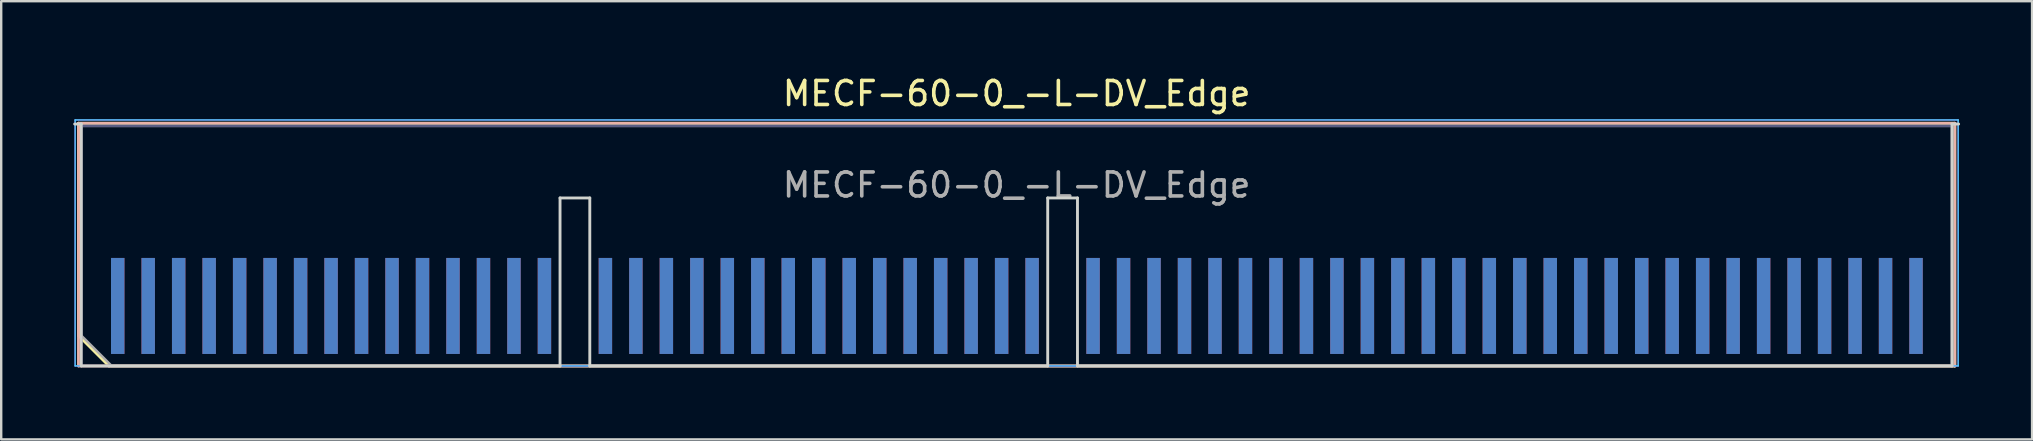
<source format=kicad_pcb>
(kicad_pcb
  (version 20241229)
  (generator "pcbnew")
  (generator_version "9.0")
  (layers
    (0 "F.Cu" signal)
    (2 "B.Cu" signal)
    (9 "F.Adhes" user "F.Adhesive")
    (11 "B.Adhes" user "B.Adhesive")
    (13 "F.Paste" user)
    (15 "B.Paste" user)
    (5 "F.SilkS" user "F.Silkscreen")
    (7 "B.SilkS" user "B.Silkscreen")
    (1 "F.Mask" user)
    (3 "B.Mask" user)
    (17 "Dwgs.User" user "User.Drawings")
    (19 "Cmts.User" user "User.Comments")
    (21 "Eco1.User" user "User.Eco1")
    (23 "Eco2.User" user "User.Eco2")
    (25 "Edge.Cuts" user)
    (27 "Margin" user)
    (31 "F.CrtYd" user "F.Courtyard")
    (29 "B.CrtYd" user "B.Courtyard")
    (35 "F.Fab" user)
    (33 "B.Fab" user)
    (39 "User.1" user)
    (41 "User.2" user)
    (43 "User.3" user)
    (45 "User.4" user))
  (footprint "MECF-60-0_-L-DV_Edge"
    (layer "F.Cu")
    (at 39.31 7.198)
    (property "Reference" "MECF-60-0_-L-DV_Edge" (at 0 -6.35 0) (layer "F.SilkS") (effects (font (size 1 1) (thickness 0.15))))
    (attr exclude_from_pos_files exclude_from_bom)
    (fp_line (start -39.09 -5.11) (end 39.09 -5.11) (stroke (width 0.12) (type solid)) (layer "F.SilkS"))
    (fp_line (start -39.09 3.73) (end -39.09 -5.11) (stroke (width 0.12) (type solid)) (layer "F.SilkS"))
    (fp_line (start -37.82 5) (end -39.09 3.73) (stroke (width 0.12) (type solid)) (layer "F.SilkS"))
    (fp_line (start -37.82 5) (end 39.09 5) (stroke (width 0.12) (type solid)) (layer "F.SilkS"))
    (fp_line (start 39.09 5) (end 39.09 -5.11) (stroke (width 0.12) (type solid)) (layer "F.SilkS"))
    (fp_line (start -39.09 -5.11) (end 39.09 -5.11) (stroke (width 0.12) (type solid)) (layer "B.SilkS"))
    (fp_line (start -39.09 5) (end -39.09 -5.11) (stroke (width 0.12) (type solid)) (layer "B.SilkS"))
    (fp_line (start -39.09 5) (end 39.09 5) (stroke (width 0.12) (type solid)) (layer "B.SilkS"))
    (fp_line (start 39.09 5) (end 39.09 -5.11) (stroke (width 0.12) (type solid)) (layer "B.SilkS"))
    (fp_line (start -39.25 -5.08) (end -38.975 -5.08) (stroke (width 0.12) (type solid)) (layer "Edge.Cuts"))
    (fp_line (start -38.975 5) (end -38.975 -5.08) (stroke (width 0.12) (type solid)) (layer "Edge.Cuts"))
    (fp_line (start -38.975 5) (end -19.025 5) (stroke (width 0.12) (type solid)) (layer "Edge.Cuts"))
    (fp_line (start -19.025 -2) (end -17.785 -2) (stroke (width 0.12) (type solid)) (layer "Edge.Cuts"))
    (fp_line (start -19.025 5) (end -19.025 -2) (stroke (width 0.12) (type solid)) (layer "Edge.Cuts"))
    (fp_line (start -17.785 5) (end -17.785 -2) (stroke (width 0.12) (type solid)) (layer "Edge.Cuts"))
    (fp_line (start -17.785 5) (end 1.295 5) (stroke (width 0.12) (type solid)) (layer "Edge.Cuts"))
    (fp_line (start 1.295 -2) (end 2.535 -2) (stroke (width 0.12) (type solid)) (layer "Edge.Cuts"))
    (fp_line (start 1.295 5) (end 1.295 -2) (stroke (width 0.12) (type solid)) (layer "Edge.Cuts"))
    (fp_line (start 2.535 5) (end 2.535 -2) (stroke (width 0.12) (type solid)) (layer "Edge.Cuts"))
    (fp_line (start 2.535 5) (end 38.975 5) (stroke (width 0.12) (type solid)) (layer "Edge.Cuts"))
    (fp_line (start 38.975 5) (end 38.975 -5.08) (stroke (width 0.12) (type solid)) (layer "Edge.Cuts"))
    (fp_line (start 39.25 -5.08) (end 38.975 -5.08) (stroke (width 0.12) (type solid)) (layer "Edge.Cuts"))
    (fp_line (start -39.23 -5.25) (end -39.23 5) (stroke (width 0.05) (type solid)) (layer "B.CrtYd"))
    (fp_line (start -39.23 5) (end 39.23 5) (stroke (width 0.05) (type solid)) (layer "B.CrtYd"))
    (fp_line (start 39.23 -5.25) (end -39.23 -5.25) (stroke (width 0.05) (type solid)) (layer "B.CrtYd"))
    (fp_line (start 39.23 5) (end 39.23 -5.25) (stroke (width 0.05) (type solid)) (layer "B.CrtYd"))
    (fp_line (start -39.23 -5.25) (end -39.23 5) (stroke (width 0.05) (type solid)) (layer "F.CrtYd"))
    (fp_line (start -39.23 5) (end 39.23 5) (stroke (width 0.05) (type solid)) (layer "F.CrtYd"))
    (fp_line (start 39.23 -5.25) (end -39.23 -5.25) (stroke (width 0.05) (type solid)) (layer "F.CrtYd"))
    (fp_line (start 39.23 5) (end 39.23 -5.25) (stroke (width 0.05) (type solid)) (layer "F.CrtYd"))
    (fp_line (start -38.975 -5) (end 38.975 -5) (stroke (width 0.1) (type solid)) (layer "B.Fab"))
    (fp_line (start -38.975 5) (end -38.975 -5) (stroke (width 0.1) (type solid)) (layer "B.Fab"))
    (fp_line (start -38.975 5) (end 38.975 5) (stroke (width 0.1) (type solid)) (layer "B.Fab"))
    (fp_line (start 38.975 5) (end 38.975 -5) (stroke (width 0.1) (type solid)) (layer "B.Fab"))
    (fp_line (start -38.975 -5) (end 38.975 -5) (stroke (width 0.1) (type solid)) (layer "F.Fab"))
    (fp_line (start -38.975 3.73) (end -38.975 -5) (stroke (width 0.1) (type solid)) (layer "F.Fab"))
    (fp_line (start -38.975 3.73) (end -37.705 5) (stroke (width 0.1) (type solid)) (layer "F.Fab"))
    (fp_line (start -37.705 5) (end 38.975 5) (stroke (width 0.1) (type solid)) (layer "F.Fab"))
    (fp_line (start 38.975 5) (end 38.975 -5) (stroke (width 0.1) (type solid)) (layer "F.Fab"))
    (fp_text user "${REFERENCE}" (at 0 -2.54 0) (layer "F.Fab") (effects (font (size 1 1) (thickness 0.15))))
    (pad "1" smd rect (at -37.455 2.5) (size 0.56 4) (layers "F.Cu" "F.Mask" "F.Paste"))
    (pad "2" smd rect (at -37.455 2.5) (size 0.56 4) (layers "B.Cu" "B.Mask" "B.Paste"))
    (pad "3" smd rect (at -36.185 2.5) (size 0.56 4) (layers "F.Cu" "F.Mask" "F.Paste"))
    (pad "4" smd rect (at -36.185 2.5) (size 0.56 4) (layers "B.Cu" "B.Mask" "B.Paste"))
    (pad "5" smd rect (at -34.915 2.5) (size 0.56 4) (layers "F.Cu" "F.Mask" "F.Paste"))
    (pad "6" smd rect (at -34.915 2.5) (size 0.56 4) (layers "B.Cu" "B.Mask" "B.Paste"))
    (pad "7" smd rect (at -33.645 2.5) (size 0.56 4) (layers "F.Cu" "F.Mask" "F.Paste"))
    (pad "8" smd rect (at -33.645 2.5) (size 0.56 4) (layers "B.Cu" "B.Mask" "B.Paste"))
    (pad "9" smd rect (at -32.375 2.5) (size 0.56 4) (layers "F.Cu" "F.Mask" "F.Paste"))
    (pad "10" smd rect (at -32.375 2.5) (size 0.56 4) (layers "B.Cu" "B.Mask" "B.Paste"))
    (pad "11" smd rect (at -31.105 2.5) (size 0.56 4) (layers "F.Cu" "F.Mask" "F.Paste"))
    (pad "12" smd rect (at -31.105 2.5) (size 0.56 4) (layers "B.Cu" "B.Mask" "B.Paste"))
    (pad "13" smd rect (at -29.835 2.5) (size 0.56 4) (layers "F.Cu" "F.Mask" "F.Paste"))
    (pad "14" smd rect (at -29.835 2.5) (size 0.56 4) (layers "B.Cu" "B.Mask" "B.Paste"))
    (pad "15" smd rect (at -28.565 2.5) (size 0.56 4) (layers "F.Cu" "F.Mask" "F.Paste"))
    (pad "16" smd rect (at -28.565 2.5) (size 0.56 4) (layers "B.Cu" "B.Mask" "B.Paste"))
    (pad "17" smd rect (at -27.295 2.5) (size 0.56 4) (layers "F.Cu" "F.Mask" "F.Paste"))
    (pad "18" smd rect (at -27.295 2.5) (size 0.56 4) (layers "B.Cu" "B.Mask" "B.Paste"))
    (pad "19" smd rect (at -26.025 2.5) (size 0.56 4) (layers "F.Cu" "F.Mask" "F.Paste"))
    (pad "20" smd rect (at -26.025 2.5) (size 0.56 4) (layers "B.Cu" "B.Mask" "B.Paste"))
    (pad "21" smd rect (at -24.755 2.5) (size 0.56 4) (layers "F.Cu" "F.Mask" "F.Paste"))
    (pad "22" smd rect (at -24.755 2.5) (size 0.56 4) (layers "B.Cu" "B.Mask" "B.Paste"))
    (pad "23" smd rect (at -23.485 2.5) (size 0.56 4) (layers "F.Cu" "F.Mask" "F.Paste"))
    (pad "24" smd rect (at -23.485 2.5) (size 0.56 4) (layers "B.Cu" "B.Mask" "B.Paste"))
    (pad "25" smd rect (at -22.215 2.5) (size 0.56 4) (layers "F.Cu" "F.Mask" "F.Paste"))
    (pad "26" smd rect (at -22.215 2.5) (size 0.56 4) (layers "B.Cu" "B.Mask" "B.Paste"))
    (pad "27" smd rect (at -20.945 2.5) (size 0.56 4) (layers "F.Cu" "F.Mask" "F.Paste"))
    (pad "28" smd rect (at -20.945 2.5) (size 0.56 4) (layers "B.Cu" "B.Mask" "B.Paste"))
    (pad "29" smd rect (at -19.675 2.5) (size 0.56 4) (layers "F.Cu" "F.Mask" "F.Paste"))
    (pad "30" smd rect (at -19.675 2.5) (size 0.56 4) (layers "B.Cu" "B.Mask" "B.Paste"))
    (pad "33" smd rect (at -17.135 2.5) (size 0.56 4) (layers "F.Cu" "F.Mask" "F.Paste"))
    (pad "34" smd rect (at -17.135 2.5) (size 0.56 4) (layers "B.Cu" "B.Mask" "B.Paste"))
    (pad "35" smd rect (at -15.865 2.5) (size 0.56 4) (layers "F.Cu" "F.Mask" "F.Paste"))
    (pad "36" smd rect (at -15.865 2.5) (size 0.56 4) (layers "B.Cu" "B.Mask" "B.Paste"))
    (pad "37" smd rect (at -14.595 2.5) (size 0.56 4) (layers "F.Cu" "F.Mask" "F.Paste"))
    (pad "38" smd rect (at -14.595 2.5) (size 0.56 4) (layers "B.Cu" "B.Mask" "B.Paste"))
    (pad "39" smd rect (at -13.325 2.5) (size 0.56 4) (layers "F.Cu" "F.Mask" "F.Paste"))
    (pad "40" smd rect (at -13.325 2.5) (size 0.56 4) (layers "B.Cu" "B.Mask" "B.Paste"))
    (pad "41" smd rect (at -12.055 2.5) (size 0.56 4) (layers "F.Cu" "F.Mask" "F.Paste"))
    (pad "42" smd rect (at -12.055 2.5) (size 0.56 4) (layers "B.Cu" "B.Mask" "B.Paste"))
    (pad "43" smd rect (at -10.785 2.5) (size 0.56 4) (layers "F.Cu" "F.Mask" "F.Paste"))
    (pad "44" smd rect (at -10.785 2.5) (size 0.56 4) (layers "B.Cu" "B.Mask" "B.Paste"))
    (pad "45" smd rect (at -9.515 2.5) (size 0.56 4) (layers "F.Cu" "F.Mask" "F.Paste"))
    (pad "46" smd rect (at -9.515 2.5) (size 0.56 4) (layers "B.Cu" "B.Mask" "B.Paste"))
    (pad "47" smd rect (at -8.245 2.5) (size 0.56 4) (layers "F.Cu" "F.Mask" "F.Paste"))
    (pad "48" smd rect (at -8.245 2.5) (size 0.56 4) (layers "B.Cu" "B.Mask" "B.Paste"))
    (pad "49" smd rect (at -6.975 2.5) (size 0.56 4) (layers "F.Cu" "F.Mask" "F.Paste"))
    (pad "50" smd rect (at -6.975 2.5) (size 0.56 4) (layers "B.Cu" "B.Mask" "B.Paste"))
    (pad "51" smd rect (at -5.705 2.5) (size 0.56 4) (layers "F.Cu" "F.Mask" "F.Paste"))
    (pad "52" smd rect (at -5.705 2.5) (size 0.56 4) (layers "B.Cu" "B.Mask" "B.Paste"))
    (pad "53" smd rect (at -4.435 2.5) (size 0.56 4) (layers "F.Cu" "F.Mask" "F.Paste"))
    (pad "54" smd rect (at -4.435 2.5) (size 0.56 4) (layers "B.Cu" "B.Mask" "B.Paste"))
    (pad "55" smd rect (at -3.165 2.5) (size 0.56 4) (layers "F.Cu" "F.Mask" "F.Paste"))
    (pad "56" smd rect (at -3.165 2.5) (size 0.56 4) (layers "B.Cu" "B.Mask" "B.Paste"))
    (pad "57" smd rect (at -1.895 2.5) (size 0.56 4) (layers "F.Cu" "F.Mask" "F.Paste"))
    (pad "58" smd rect (at -1.895 2.5) (size 0.56 4) (layers "B.Cu" "B.Mask" "B.Paste"))
    (pad "59" smd rect (at -0.625 2.5) (size 0.56 4) (layers "F.Cu" "F.Mask" "F.Paste"))
    (pad "60" smd rect (at -0.625 2.5) (size 0.56 4) (layers "B.Cu" "B.Mask" "B.Paste"))
    (pad "61" smd rect (at 0.645 2.5) (size 0.56 4) (layers "F.Cu" "F.Mask" "F.Paste"))
    (pad "62" smd rect (at 0.645 2.5) (size 0.56 4) (layers "B.Cu" "B.Mask" "B.Paste"))
    (pad "65" smd rect (at 3.185 2.5) (size 0.56 4) (layers "F.Cu" "F.Mask" "F.Paste"))
    (pad "66" smd rect (at 3.185 2.5) (size 0.56 4) (layers "B.Cu" "B.Mask" "B.Paste"))
    (pad "67" smd rect (at 4.455 2.5) (size 0.56 4) (layers "F.Cu" "F.Mask" "F.Paste"))
    (pad "68" smd rect (at 4.455 2.5) (size 0.56 4) (layers "B.Cu" "B.Mask" "B.Paste"))
    (pad "69" smd rect (at 5.725 2.5) (size 0.56 4) (layers "F.Cu" "F.Mask" "F.Paste"))
    (pad "70" smd rect (at 5.725 2.5) (size 0.56 4) (layers "B.Cu" "B.Mask" "B.Paste"))
    (pad "71" smd rect (at 6.995 2.5) (size 0.56 4) (layers "F.Cu" "F.Mask" "F.Paste"))
    (pad "72" smd rect (at 6.995 2.5) (size 0.56 4) (layers "B.Cu" "B.Mask" "B.Paste"))
    (pad "73" smd rect (at 8.265 2.5) (size 0.56 4) (layers "F.Cu" "F.Mask" "F.Paste"))
    (pad "74" smd rect (at 8.265 2.5) (size 0.56 4) (layers "B.Cu" "B.Mask" "B.Paste"))
    (pad "75" smd rect (at 9.535 2.5) (size 0.56 4) (layers "F.Cu" "F.Mask" "F.Paste"))
    (pad "76" smd rect (at 9.535 2.5) (size 0.56 4) (layers "B.Cu" "B.Mask" "B.Paste"))
    (pad "77" smd rect (at 10.805 2.5) (size 0.56 4) (layers "F.Cu" "F.Mask" "F.Paste"))
    (pad "78" smd rect (at 10.805 2.5) (size 0.56 4) (layers "B.Cu" "B.Mask" "B.Paste"))
    (pad "79" smd rect (at 12.075 2.5) (size 0.56 4) (layers "F.Cu" "F.Mask" "F.Paste"))
    (pad "80" smd rect (at 12.075 2.5) (size 0.56 4) (layers "B.Cu" "B.Mask" "B.Paste"))
    (pad "81" smd rect (at 13.345 2.5) (size 0.56 4) (layers "F.Cu" "F.Mask" "F.Paste"))
    (pad "82" smd rect (at 13.345 2.5) (size 0.56 4) (layers "B.Cu" "B.Mask" "B.Paste"))
    (pad "83" smd rect (at 14.615 2.5) (size 0.56 4) (layers "F.Cu" "F.Mask" "F.Paste"))
    (pad "84" smd rect (at 14.615 2.5) (size 0.56 4) (layers "B.Cu" "B.Mask" "B.Paste"))
    (pad "85" smd rect (at 15.885 2.5) (size 0.56 4) (layers "F.Cu" "F.Mask" "F.Paste"))
    (pad "86" smd rect (at 15.885 2.5) (size 0.56 4) (layers "B.Cu" "B.Mask" "B.Paste"))
    (pad "87" smd rect (at 17.155 2.5) (size 0.56 4) (layers "F.Cu" "F.Mask" "F.Paste"))
    (pad "88" smd rect (at 17.155 2.5) (size 0.56 4) (layers "B.Cu" "B.Mask" "B.Paste"))
    (pad "89" smd rect (at 18.425 2.5) (size 0.56 4) (layers "F.Cu" "F.Mask" "F.Paste"))
    (pad "90" smd rect (at 18.425 2.5) (size 0.56 4) (layers "B.Cu" "B.Mask" "B.Paste"))
    (pad "91" smd rect (at 19.695 2.5) (size 0.56 4) (layers "F.Cu" "F.Mask" "F.Paste"))
    (pad "92" smd rect (at 19.695 2.5) (size 0.56 4) (layers "B.Cu" "B.Mask" "B.Paste"))
    (pad "93" smd rect (at 20.965 2.5) (size 0.56 4) (layers "F.Cu" "F.Mask" "F.Paste"))
    (pad "94" smd rect (at 20.965 2.5) (size 0.56 4) (layers "B.Cu" "B.Mask" "B.Paste"))
    (pad "95" smd rect (at 22.235 2.5) (size 0.56 4) (layers "F.Cu" "F.Mask" "F.Paste"))
    (pad "96" smd rect (at 22.235 2.5) (size 0.56 4) (layers "B.Cu" "B.Mask" "B.Paste"))
    (pad "97" smd rect (at 23.505 2.5) (size 0.56 4) (layers "F.Cu" "F.Mask" "F.Paste"))
    (pad "98" smd rect (at 23.505 2.5) (size 0.56 4) (layers "B.Cu" "B.Mask" "B.Paste"))
    (pad "99" smd rect (at 24.775 2.5) (size 0.56 4) (layers "F.Cu" "F.Mask" "F.Paste"))
    (pad "100" smd rect (at 24.775 2.5) (size 0.56 4) (layers "B.Cu" "B.Mask" "B.Paste"))
    (pad "101" smd rect (at 26.045 2.5) (size 0.56 4) (layers "F.Cu" "F.Mask" "F.Paste"))
    (pad "102" smd rect (at 26.045 2.5) (size 0.56 4) (layers "B.Cu" "B.Mask" "B.Paste"))
    (pad "103" smd rect (at 27.315 2.5) (size 0.56 4) (layers "F.Cu" "F.Mask" "F.Paste"))
    (pad "104" smd rect (at 27.315 2.5) (size 0.56 4) (layers "B.Cu" "B.Mask" "B.Paste"))
    (pad "105" smd rect (at 28.585 2.5) (size 0.56 4) (layers "F.Cu" "F.Mask" "F.Paste"))
    (pad "106" smd rect (at 28.585 2.5) (size 0.56 4) (layers "B.Cu" "B.Mask" "B.Paste"))
    (pad "107" smd rect (at 29.855 2.5) (size 0.56 4) (layers "F.Cu" "F.Mask" "F.Paste"))
    (pad "108" smd rect (at 29.855 2.5) (size 0.56 4) (layers "B.Cu" "B.Mask" "B.Paste"))
    (pad "109" smd rect (at 31.125 2.5) (size 0.56 4) (layers "F.Cu" "F.Mask" "F.Paste"))
    (pad "110" smd rect (at 31.125 2.5) (size 0.56 4) (layers "B.Cu" "B.Mask" "B.Paste"))
    (pad "111" smd rect (at 32.395 2.5) (size 0.56 4) (layers "F.Cu" "F.Mask" "F.Paste"))
    (pad "112" smd rect (at 32.395 2.5) (size 0.56 4) (layers "B.Cu" "B.Mask" "B.Paste"))
    (pad "113" smd rect (at 33.665 2.5) (size 0.56 4) (layers "F.Cu" "F.Mask" "F.Paste"))
    (pad "114" smd rect (at 33.665 2.5) (size 0.56 4) (layers "B.Cu" "B.Mask" "B.Paste"))
    (pad "115" smd rect (at 34.935 2.5) (size 0.56 4) (layers "F.Cu" "F.Mask" "F.Paste"))
    (pad "116" smd rect (at 34.935 2.5) (size 0.56 4) (layers "B.Cu" "B.Mask" "B.Paste"))
    (pad "117" smd rect (at 36.205 2.5) (size 0.56 4) (layers "F.Cu" "F.Mask" "F.Paste"))
    (pad "118" smd rect (at 36.205 2.5) (size 0.56 4) (layers "B.Cu" "B.Mask" "B.Paste"))
    (pad "119" smd rect (at 37.475 2.5) (size 0.56 4) (layers "F.Cu" "F.Mask" "F.Paste"))
    (pad "120" smd rect (at 37.475 2.5) (size 0.56 4) (layers "B.Cu" "B.Mask" "B.Paste")))
  (gr_rect
    (start -3 -3)
    (end 81.62 15.258)
    (stroke (width 0.1) (type default))
    (fill no)
    (layer "Edge.Cuts")))
</source>
